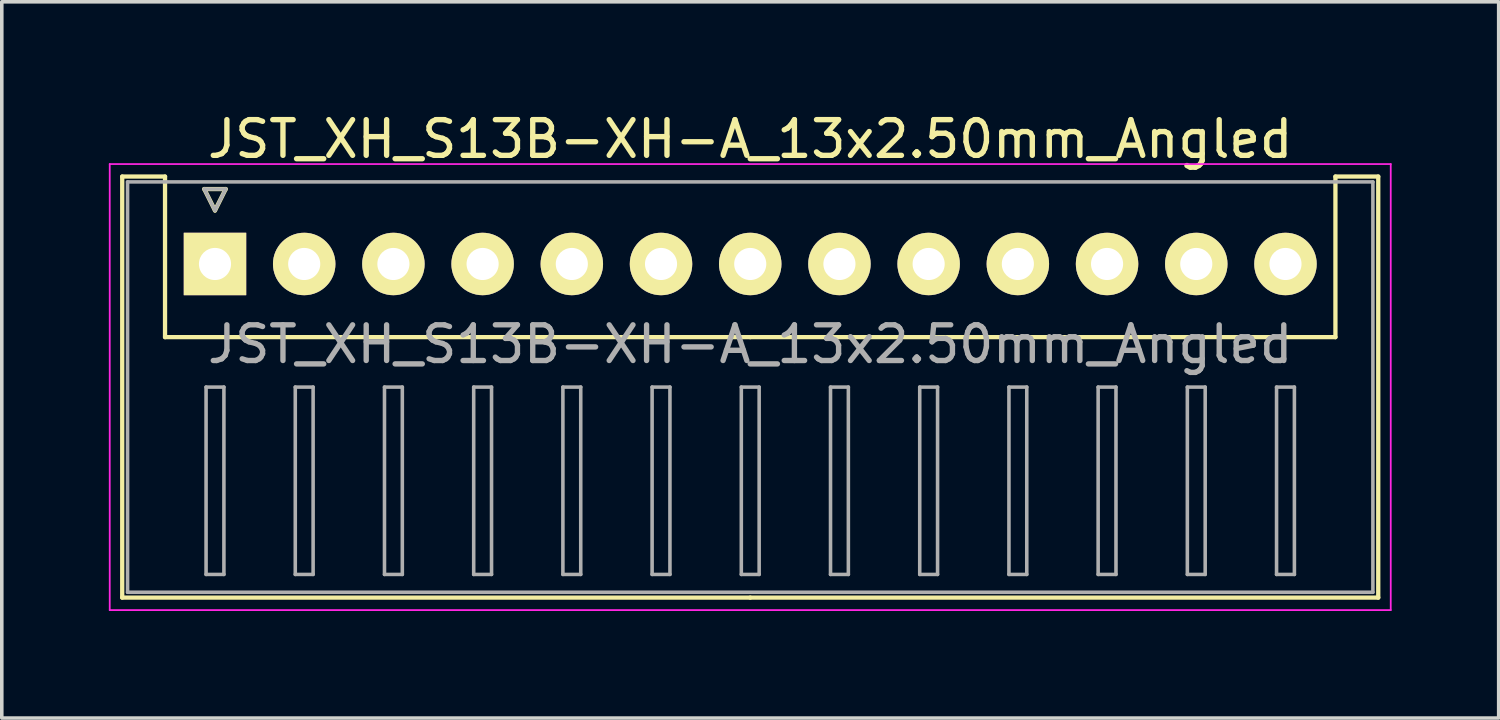
<source format=kicad_pcb>
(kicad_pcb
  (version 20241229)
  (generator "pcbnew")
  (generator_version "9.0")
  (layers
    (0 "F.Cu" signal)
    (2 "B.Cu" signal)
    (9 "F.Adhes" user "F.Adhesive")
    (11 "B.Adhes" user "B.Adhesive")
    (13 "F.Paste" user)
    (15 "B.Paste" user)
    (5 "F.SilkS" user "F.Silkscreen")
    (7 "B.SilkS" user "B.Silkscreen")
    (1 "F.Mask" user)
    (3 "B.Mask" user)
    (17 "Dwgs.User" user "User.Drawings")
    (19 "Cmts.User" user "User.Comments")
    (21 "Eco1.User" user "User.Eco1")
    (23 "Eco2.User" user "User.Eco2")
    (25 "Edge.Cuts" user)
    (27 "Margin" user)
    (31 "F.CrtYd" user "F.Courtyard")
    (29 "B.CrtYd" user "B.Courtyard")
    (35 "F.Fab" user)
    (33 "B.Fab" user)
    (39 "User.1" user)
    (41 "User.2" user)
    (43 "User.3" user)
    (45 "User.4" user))
  (footprint "JST_XH_S13B-XH-A_13x2.50mm_Angled"
    (layer "F.Cu")
    (at 2.975 4.348)
    (property "Reference" "JST_XH_S13B-XH-A_13x2.50mm_Angled" (at 15 -3.5 0) (layer "F.SilkS") (effects (font (size 1 1) (thickness 0.15))))
    (attr through_hole)
    (fp_line (start -2.6 -2.45) (end -1.4 -2.45) (stroke (width 0.12) (type solid)) (layer "F.SilkS"))
    (fp_line (start -2.6 9.35) (end -2.6 -2.45) (stroke (width 0.12) (type solid)) (layer "F.SilkS"))
    (fp_line (start -1.4 -2.45) (end -1.4 2.05) (stroke (width 0.12) (type solid)) (layer "F.SilkS"))
    (fp_line (start -1.4 2.05) (end 15 2.05) (stroke (width 0.12) (type solid)) (layer "F.SilkS"))
    (fp_line (start -0.3 -2.1) (end 0.3 -2.1) (stroke (width 0.12) (type solid)) (layer "F.SilkS"))
    (fp_line (start 0 -1.5) (end -0.3 -2.1) (stroke (width 0.12) (type solid)) (layer "F.SilkS"))
    (fp_line (start 0.3 -2.1) (end 0 -1.5) (stroke (width 0.12) (type solid)) (layer "F.SilkS"))
    (fp_line (start 15 9.35) (end -2.6 9.35) (stroke (width 0.12) (type solid)) (layer "F.SilkS"))
    (fp_line (start 15 9.35) (end 32.6 9.35) (stroke (width 0.12) (type solid)) (layer "F.SilkS"))
    (fp_line (start 31.4 -2.45) (end 31.4 2.05) (stroke (width 0.12) (type solid)) (layer "F.SilkS"))
    (fp_line (start 31.4 2.05) (end 15 2.05) (stroke (width 0.12) (type solid)) (layer "F.SilkS"))
    (fp_line (start 32.6 -2.45) (end 31.4 -2.45) (stroke (width 0.12) (type solid)) (layer "F.SilkS"))
    (fp_line (start 32.6 9.35) (end 32.6 -2.45) (stroke (width 0.12) (type solid)) (layer "F.SilkS"))
    (fp_line (start -2.95 -2.8) (end -2.95 9.7) (stroke (width 0.05) (type solid)) (layer "F.CrtYd"))
    (fp_line (start -2.95 9.7) (end 32.95 9.7) (stroke (width 0.05) (type solid)) (layer "F.CrtYd"))
    (fp_line (start 32.95 -2.8) (end -2.95 -2.8) (stroke (width 0.05) (type solid)) (layer "F.CrtYd"))
    (fp_line (start 32.95 9.7) (end 32.95 -2.8) (stroke (width 0.05) (type solid)) (layer "F.CrtYd"))
    (fp_line (start -2.45 -2.3) (end -2.45 9.2) (stroke (width 0.1) (type solid)) (layer "F.Fab"))
    (fp_line (start -2.45 9.2) (end 32.45 9.2) (stroke (width 0.1) (type solid)) (layer "F.Fab"))
    (fp_line (start -0.3 -2.1) (end 0.3 -2.1) (stroke (width 0.1) (type solid)) (layer "F.Fab"))
    (fp_line (start -0.25 3.45) (end -0.25 8.7) (stroke (width 0.1) (type solid)) (layer "F.Fab"))
    (fp_line (start -0.25 8.7) (end 0.25 8.7) (stroke (width 0.1) (type solid)) (layer "F.Fab"))
    (fp_line (start 0 -1.5) (end -0.3 -2.1) (stroke (width 0.1) (type solid)) (layer "F.Fab"))
    (fp_line (start 0.25 3.45) (end -0.25 3.45) (stroke (width 0.1) (type solid)) (layer "F.Fab"))
    (fp_line (start 0.25 8.7) (end 0.25 3.45) (stroke (width 0.1) (type solid)) (layer "F.Fab"))
    (fp_line (start 0.3 -2.1) (end 0 -1.5) (stroke (width 0.1) (type solid)) (layer "F.Fab"))
    (fp_line (start 2.25 3.45) (end 2.25 8.7) (stroke (width 0.1) (type solid)) (layer "F.Fab"))
    (fp_line (start 2.25 8.7) (end 2.75 8.7) (stroke (width 0.1) (type solid)) (layer "F.Fab"))
    (fp_line (start 2.75 3.45) (end 2.25 3.45) (stroke (width 0.1) (type solid)) (layer "F.Fab"))
    (fp_line (start 2.75 8.7) (end 2.75 3.45) (stroke (width 0.1) (type solid)) (layer "F.Fab"))
    (fp_line (start 4.75 3.45) (end 4.75 8.7) (stroke (width 0.1) (type solid)) (layer "F.Fab"))
    (fp_line (start 4.75 8.7) (end 5.25 8.7) (stroke (width 0.1) (type solid)) (layer "F.Fab"))
    (fp_line (start 5.25 3.45) (end 4.75 3.45) (stroke (width 0.1) (type solid)) (layer "F.Fab"))
    (fp_line (start 5.25 8.7) (end 5.25 3.45) (stroke (width 0.1) (type solid)) (layer "F.Fab"))
    (fp_line (start 7.25 3.45) (end 7.25 8.7) (stroke (width 0.1) (type solid)) (layer "F.Fab"))
    (fp_line (start 7.25 8.7) (end 7.75 8.7) (stroke (width 0.1) (type solid)) (layer "F.Fab"))
    (fp_line (start 7.75 3.45) (end 7.25 3.45) (stroke (width 0.1) (type solid)) (layer "F.Fab"))
    (fp_line (start 7.75 8.7) (end 7.75 3.45) (stroke (width 0.1) (type solid)) (layer "F.Fab"))
    (fp_line (start 9.75 3.45) (end 9.75 8.7) (stroke (width 0.1) (type solid)) (layer "F.Fab"))
    (fp_line (start 9.75 8.7) (end 10.25 8.7) (stroke (width 0.1) (type solid)) (layer "F.Fab"))
    (fp_line (start 10.25 3.45) (end 9.75 3.45) (stroke (width 0.1) (type solid)) (layer "F.Fab"))
    (fp_line (start 10.25 8.7) (end 10.25 3.45) (stroke (width 0.1) (type solid)) (layer "F.Fab"))
    (fp_line (start 12.25 3.45) (end 12.25 8.7) (stroke (width 0.1) (type solid)) (layer "F.Fab"))
    (fp_line (start 12.25 8.7) (end 12.75 8.7) (stroke (width 0.1) (type solid)) (layer "F.Fab"))
    (fp_line (start 12.75 3.45) (end 12.25 3.45) (stroke (width 0.1) (type solid)) (layer "F.Fab"))
    (fp_line (start 12.75 8.7) (end 12.75 3.45) (stroke (width 0.1) (type solid)) (layer "F.Fab"))
    (fp_line (start 14.75 3.45) (end 14.75 8.7) (stroke (width 0.1) (type solid)) (layer "F.Fab"))
    (fp_line (start 14.75 8.7) (end 15.25 8.7) (stroke (width 0.1) (type solid)) (layer "F.Fab"))
    (fp_line (start 15.25 3.45) (end 14.75 3.45) (stroke (width 0.1) (type solid)) (layer "F.Fab"))
    (fp_line (start 15.25 8.7) (end 15.25 3.45) (stroke (width 0.1) (type solid)) (layer "F.Fab"))
    (fp_line (start 17.25 3.45) (end 17.25 8.7) (stroke (width 0.1) (type solid)) (layer "F.Fab"))
    (fp_line (start 17.25 8.7) (end 17.75 8.7) (stroke (width 0.1) (type solid)) (layer "F.Fab"))
    (fp_line (start 17.75 3.45) (end 17.25 3.45) (stroke (width 0.1) (type solid)) (layer "F.Fab"))
    (fp_line (start 17.75 8.7) (end 17.75 3.45) (stroke (width 0.1) (type solid)) (layer "F.Fab"))
    (fp_line (start 19.75 3.45) (end 19.75 8.7) (stroke (width 0.1) (type solid)) (layer "F.Fab"))
    (fp_line (start 19.75 8.7) (end 20.25 8.7) (stroke (width 0.1) (type solid)) (layer "F.Fab"))
    (fp_line (start 20.25 3.45) (end 19.75 3.45) (stroke (width 0.1) (type solid)) (layer "F.Fab"))
    (fp_line (start 20.25 8.7) (end 20.25 3.45) (stroke (width 0.1) (type solid)) (layer "F.Fab"))
    (fp_line (start 22.25 3.45) (end 22.25 8.7) (stroke (width 0.1) (type solid)) (layer "F.Fab"))
    (fp_line (start 22.25 8.7) (end 22.75 8.7) (stroke (width 0.1) (type solid)) (layer "F.Fab"))
    (fp_line (start 22.75 3.45) (end 22.25 3.45) (stroke (width 0.1) (type solid)) (layer "F.Fab"))
    (fp_line (start 22.75 8.7) (end 22.75 3.45) (stroke (width 0.1) (type solid)) (layer "F.Fab"))
    (fp_line (start 24.75 3.45) (end 24.75 8.7) (stroke (width 0.1) (type solid)) (layer "F.Fab"))
    (fp_line (start 24.75 8.7) (end 25.25 8.7) (stroke (width 0.1) (type solid)) (layer "F.Fab"))
    (fp_line (start 25.25 3.45) (end 24.75 3.45) (stroke (width 0.1) (type solid)) (layer "F.Fab"))
    (fp_line (start 25.25 8.7) (end 25.25 3.45) (stroke (width 0.1) (type solid)) (layer "F.Fab"))
    (fp_line (start 27.25 3.45) (end 27.25 8.7) (stroke (width 0.1) (type solid)) (layer "F.Fab"))
    (fp_line (start 27.25 8.7) (end 27.75 8.7) (stroke (width 0.1) (type solid)) (layer "F.Fab"))
    (fp_line (start 27.75 3.45) (end 27.25 3.45) (stroke (width 0.1) (type solid)) (layer "F.Fab"))
    (fp_line (start 27.75 8.7) (end 27.75 3.45) (stroke (width 0.1) (type solid)) (layer "F.Fab"))
    (fp_line (start 29.75 3.45) (end 29.75 8.7) (stroke (width 0.1) (type solid)) (layer "F.Fab"))
    (fp_line (start 29.75 8.7) (end 30.25 8.7) (stroke (width 0.1) (type solid)) (layer "F.Fab"))
    (fp_line (start 30.25 3.45) (end 29.75 3.45) (stroke (width 0.1) (type solid)) (layer "F.Fab"))
    (fp_line (start 30.25 8.7) (end 30.25 3.45) (stroke (width 0.1) (type solid)) (layer "F.Fab"))
    (fp_line (start 32.45 -2.3) (end -2.45 -2.3) (stroke (width 0.1) (type solid)) (layer "F.Fab"))
    (fp_line (start 32.45 9.2) (end 32.45 -2.3) (stroke (width 0.1) (type solid)) (layer "F.Fab"))
    (fp_text user "${REFERENCE}" (at 15 2.25 0) (layer "F.Fab") (effects (font (size 1 1) (thickness 0.15))))
    (pad "1" thru_hole rect (at 0 0) (size 1.75 1.75) (drill 0.9) (layers "*.Cu" "*.Mask" "F.SilkS"))
    (pad "2" thru_hole circle (at 2.5 0) (size 1.75 1.75) (drill 0.9) (layers "*.Cu" "*.Mask" "F.SilkS"))
    (pad "3" thru_hole circle (at 5 0) (size 1.75 1.75) (drill 0.9) (layers "*.Cu" "*.Mask" "F.SilkS"))
    (pad "4" thru_hole circle (at 7.5 0) (size 1.75 1.75) (drill 0.9) (layers "*.Cu" "*.Mask" "F.SilkS"))
    (pad "5" thru_hole circle (at 10 0) (size 1.75 1.75) (drill 0.9) (layers "*.Cu" "*.Mask" "F.SilkS"))
    (pad "6" thru_hole circle (at 12.5 0) (size 1.75 1.75) (drill 0.9) (layers "*.Cu" "*.Mask" "F.SilkS"))
    (pad "7" thru_hole circle (at 15 0) (size 1.75 1.75) (drill 0.9) (layers "*.Cu" "*.Mask" "F.SilkS"))
    (pad "8" thru_hole circle (at 17.5 0) (size 1.75 1.75) (drill 0.9) (layers "*.Cu" "*.Mask" "F.SilkS"))
    (pad "9" thru_hole circle (at 20 0) (size 1.75 1.75) (drill 0.9) (layers "*.Cu" "*.Mask" "F.SilkS"))
    (pad "10" thru_hole circle (at 22.5 0) (size 1.75 1.75) (drill 0.9) (layers "*.Cu" "*.Mask" "F.SilkS"))
    (pad "11" thru_hole circle (at 25 0) (size 1.75 1.75) (drill 0.9) (layers "*.Cu" "*.Mask" "F.SilkS"))
    (pad "12" thru_hole circle (at 27.5 0) (size 1.75 1.75) (drill 0.9) (layers "*.Cu" "*.Mask" "F.SilkS"))
    (pad "13" thru_hole circle (at 30 0) (size 1.75 1.75) (drill 0.9) (layers "*.Cu" "*.Mask" "F.SilkS")))
  (gr_rect
    (start -3 -3)
    (end 38.95 17.073)
    (stroke (width 0.1) (type default))
    (fill no)
    (layer "Edge.Cuts")))
</source>
